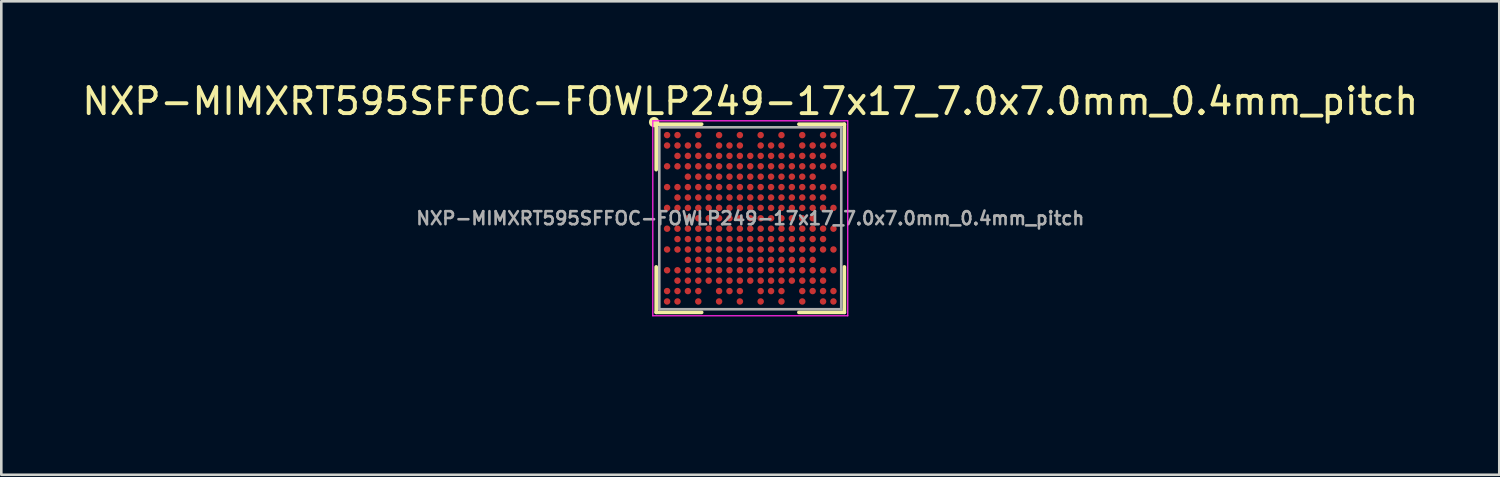
<source format=kicad_pcb>
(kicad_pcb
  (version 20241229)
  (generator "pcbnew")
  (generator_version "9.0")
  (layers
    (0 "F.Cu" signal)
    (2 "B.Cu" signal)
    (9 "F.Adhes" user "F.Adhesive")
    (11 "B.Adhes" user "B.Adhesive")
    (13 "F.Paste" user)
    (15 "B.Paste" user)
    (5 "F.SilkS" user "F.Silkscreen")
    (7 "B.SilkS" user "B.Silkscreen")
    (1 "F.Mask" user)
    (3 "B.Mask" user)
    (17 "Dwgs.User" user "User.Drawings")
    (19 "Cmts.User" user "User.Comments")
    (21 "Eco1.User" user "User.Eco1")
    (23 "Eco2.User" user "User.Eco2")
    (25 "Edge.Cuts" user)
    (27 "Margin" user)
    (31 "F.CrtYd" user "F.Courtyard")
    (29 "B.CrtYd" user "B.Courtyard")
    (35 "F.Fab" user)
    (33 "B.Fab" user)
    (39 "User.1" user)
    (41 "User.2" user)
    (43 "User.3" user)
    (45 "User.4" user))
  (footprint "NXP-MIMXRT595SFFOC-FOWLP249-17x17_7.0x7.0mm_0.4mm_pitch"
    (layer "F.Cu")
    (at 25.815 5.348)
    (property "Reference" "NXP-MIMXRT595SFFOC-FOWLP249-17x17_7.0x7.0mm_0.4mm_pitch" (at 0 -4.5 0) (layer "F.SilkS") (effects (font (size 1 1) (thickness 0.15))))
    (attr smd)
    (fp_line (start -3.62 -3.62) (end -3.62 -1.87) (stroke (width 0.14) (type default)) (layer "F.SilkS"))
    (fp_line (start -3.62 3.62) (end -3.62 1.87) (stroke (width 0.14) (type default)) (layer "F.SilkS"))
    (fp_line (start -1.87 -3.62) (end -3.62 -3.62) (stroke (width 0.14) (type default)) (layer "F.SilkS"))
    (fp_line (start -1.87 3.62) (end -3.62 3.62) (stroke (width 0.14) (type default)) (layer "F.SilkS"))
    (fp_line (start 1.87 -3.62) (end 3.62 -3.62) (stroke (width 0.14) (type default)) (layer "F.SilkS"))
    (fp_line (start 1.87 3.62) (end 3.62 3.62) (stroke (width 0.14) (type default)) (layer "F.SilkS"))
    (fp_line (start 3.62 -3.62) (end 3.62 -1.87) (stroke (width 0.14) (type default)) (layer "F.SilkS"))
    (fp_line (start 3.62 3.62) (end 3.62 1.87) (stroke (width 0.14) (type default)) (layer "F.SilkS"))
    (fp_circle (center -3.7 -3.7) (end -3.6 -3.7) (stroke (width 0.2) (type default)) (fill no) (layer "F.SilkS"))
    (fp_line (start -3.75 -3.75) (end 3.75 -3.75) (stroke (width 0.05) (type default)) (layer "F.CrtYd"))
    (fp_line (start -3.75 3.75) (end -3.75 -3.75) (stroke (width 0.05) (type default)) (layer "F.CrtYd"))
    (fp_line (start 3.75 -3.75) (end 3.75 3.75) (stroke (width 0.05) (type default)) (layer "F.CrtYd"))
    (fp_line (start 3.75 3.75) (end -3.75 3.75) (stroke (width 0.05) (type default)) (layer "F.CrtYd"))
    (fp_line (start -3.5 -3.5) (end -3.5 3.5) (stroke (width 0.1) (type default)) (layer "F.Fab"))
    (fp_line (start -3.5 3.5) (end 3.5 3.5) (stroke (width 0.1) (type default)) (layer "F.Fab"))
    (fp_line (start 3.5 -3.5) (end -3.5 -3.5) (stroke (width 0.1) (type default)) (layer "F.Fab"))
    (fp_line (start 3.5 3.5) (end 3.5 -3.5) (stroke (width 0.1) (type default)) (layer "F.Fab"))
    (fp_text user "Stencil Tickness: 0.1mm" (at -8.23 6.62 0) (unlocked yes) (layer "Eco1.User") (effects (font (size 1 1) (thickness 0.15)) (justify left bottom)))
    (fp_text user "${REFERENCE}" (at 0 0 0) (layer "F.Fab") (effects (font (size 0.5 0.5) (thickness 0.1))))
    (pad "A1" smd circle (at -3.2 -3.2) (size 0.25 0.25) (layers "F.Cu" "F.Mask" "F.Paste"))
    (pad "A2" smd circle (at -2.8 -3.2) (size 0.25 0.25) (layers "F.Cu" "F.Mask" "F.Paste"))
    (pad "A4" smd circle (at -2 -3.2) (size 0.25 0.25) (layers "F.Cu" "F.Mask" "F.Paste"))
    (pad "A6" smd circle (at -1.2 -3.2) (size 0.25 0.25) (layers "F.Cu" "F.Mask" "F.Paste"))
    (pad "A8" smd circle (at -0.4 -3.2) (size 0.25 0.25) (layers "F.Cu" "F.Mask" "F.Paste"))
    (pad "A10" smd circle (at 0.4 -3.2) (size 0.25 0.25) (layers "F.Cu" "F.Mask" "F.Paste"))
    (pad "A12" smd circle (at 1.2 -3.2) (size 0.25 0.25) (layers "F.Cu" "F.Mask" "F.Paste"))
    (pad "A14" smd circle (at 2 -3.2) (size 0.25 0.25) (layers "F.Cu" "F.Mask" "F.Paste"))
    (pad "A16" smd circle (at 2.8 -3.2) (size 0.25 0.25) (layers "F.Cu" "F.Mask" "F.Paste"))
    (pad "A17" smd circle (at 3.2 -3.2) (size 0.25 0.25) (layers "F.Cu" "F.Mask" "F.Paste"))
    (pad "B1" smd circle (at -3.2 -2.8) (size 0.25 0.25) (layers "F.Cu" "F.Mask" "F.Paste"))
    (pad "B2" smd circle (at -2.8 -2.8) (size 0.25 0.25) (layers "F.Cu" "F.Mask" "F.Paste"))
    (pad "B3" smd circle (at -2.4 -2.8) (size 0.25 0.25) (layers "F.Cu" "F.Mask" "F.Paste"))
    (pad "B4" smd circle (at -2 -2.8) (size 0.25 0.25) (layers "F.Cu" "F.Mask" "F.Paste"))
    (pad "B6" smd circle (at -1.2 -2.8) (size 0.25 0.25) (layers "F.Cu" "F.Mask" "F.Paste"))
    (pad "B7" smd circle (at -0.8 -2.8) (size 0.25 0.25) (layers "F.Cu" "F.Mask" "F.Paste"))
    (pad "B8" smd circle (at -0.4 -2.8) (size 0.25 0.25) (layers "F.Cu" "F.Mask" "F.Paste"))
    (pad "B10" smd circle (at 0.4 -2.8) (size 0.25 0.25) (layers "F.Cu" "F.Mask" "F.Paste"))
    (pad "B11" smd circle (at 0.8 -2.8) (size 0.25 0.25) (layers "F.Cu" "F.Mask" "F.Paste"))
    (pad "B12" smd circle (at 1.2 -2.8) (size 0.25 0.25) (layers "F.Cu" "F.Mask" "F.Paste"))
    (pad "B14" smd circle (at 2 -2.8) (size 0.25 0.25) (layers "F.Cu" "F.Mask" "F.Paste"))
    (pad "B15" smd circle (at 2.4 -2.8) (size 0.25 0.25) (layers "F.Cu" "F.Mask" "F.Paste"))
    (pad "B16" smd circle (at 2.8 -2.8) (size 0.25 0.25) (layers "F.Cu" "F.Mask" "F.Paste"))
    (pad "B17" smd circle (at 3.2 -2.8) (size 0.25 0.25) (layers "F.Cu" "F.Mask" "F.Paste"))
    (pad "C2" smd circle (at -2.8 -2.4) (size 0.25 0.25) (layers "F.Cu" "F.Mask" "F.Paste"))
    (pad "C3" smd circle (at -2.4 -2.4) (size 0.25 0.25) (layers "F.Cu" "F.Mask" "F.Paste"))
    (pad "C4" smd circle (at -2 -2.4) (size 0.25 0.25) (layers "F.Cu" "F.Mask" "F.Paste"))
    (pad "C5" smd circle (at -1.6 -2.4) (size 0.25 0.25) (layers "F.Cu" "F.Mask" "F.Paste"))
    (pad "C6" smd circle (at -1.2 -2.4) (size 0.25 0.25) (layers "F.Cu" "F.Mask" "F.Paste"))
    (pad "C7" smd circle (at -0.8 -2.4) (size 0.25 0.25) (layers "F.Cu" "F.Mask" "F.Paste"))
    (pad "C8" smd circle (at -0.4 -2.4) (size 0.25 0.25) (layers "F.Cu" "F.Mask" "F.Paste"))
    (pad "C9" smd circle (at 0 -2.4) (size 0.25 0.25) (layers "F.Cu" "F.Mask" "F.Paste"))
    (pad "C10" smd circle (at 0.4 -2.4) (size 0.25 0.25) (layers "F.Cu" "F.Mask" "F.Paste"))
    (pad "C11" smd circle (at 0.8 -2.4) (size 0.25 0.25) (layers "F.Cu" "F.Mask" "F.Paste"))
    (pad "C12" smd circle (at 1.2 -2.4) (size 0.25 0.25) (layers "F.Cu" "F.Mask" "F.Paste"))
    (pad "C13" smd circle (at 1.6 -2.4) (size 0.25 0.25) (layers "F.Cu" "F.Mask" "F.Paste"))
    (pad "C14" smd circle (at 2 -2.4) (size 0.25 0.25) (layers "F.Cu" "F.Mask" "F.Paste"))
    (pad "C15" smd circle (at 2.4 -2.4) (size 0.25 0.25) (layers "F.Cu" "F.Mask" "F.Paste"))
    (pad "C16" smd circle (at 2.8 -2.4) (size 0.25 0.25) (layers "F.Cu" "F.Mask" "F.Paste"))
    (pad "D1" smd circle (at -3.2 -2) (size 0.25 0.25) (layers "F.Cu" "F.Mask" "F.Paste"))
    (pad "D2" smd circle (at -2.8 -2) (size 0.25 0.25) (layers "F.Cu" "F.Mask" "F.Paste"))
    (pad "D3" smd circle (at -2.4 -2) (size 0.25 0.25) (layers "F.Cu" "F.Mask" "F.Paste"))
    (pad "D4" smd circle (at -2 -2) (size 0.25 0.25) (layers "F.Cu" "F.Mask" "F.Paste"))
    (pad "D5" smd circle (at -1.6 -2) (size 0.25 0.25) (layers "F.Cu" "F.Mask" "F.Paste"))
    (pad "D6" smd circle (at -1.2 -2) (size 0.25 0.25) (layers "F.Cu" "F.Mask" "F.Paste"))
    (pad "D7" smd circle (at -0.8 -2) (size 0.25 0.25) (layers "F.Cu" "F.Mask" "F.Paste"))
    (pad "D8" smd circle (at -0.4 -2) (size 0.25 0.25) (layers "F.Cu" "F.Mask" "F.Paste"))
    (pad "D9" smd circle (at 0 -2) (size 0.25 0.25) (layers "F.Cu" "F.Mask" "F.Paste"))
    (pad "D10" smd circle (at 0.4 -2) (size 0.25 0.25) (layers "F.Cu" "F.Mask" "F.Paste"))
    (pad "D11" smd circle (at 0.8 -2) (size 0.25 0.25) (layers "F.Cu" "F.Mask" "F.Paste"))
    (pad "D12" smd circle (at 1.2 -2) (size 0.25 0.25) (layers "F.Cu" "F.Mask" "F.Paste"))
    (pad "D13" smd circle (at 1.6 -2) (size 0.25 0.25) (layers "F.Cu" "F.Mask" "F.Paste"))
    (pad "D14" smd circle (at 2 -2) (size 0.25 0.25) (layers "F.Cu" "F.Mask" "F.Paste"))
    (pad "D15" smd circle (at 2.4 -2) (size 0.25 0.25) (layers "F.Cu" "F.Mask" "F.Paste"))
    (pad "D16" smd circle (at 2.8 -2) (size 0.25 0.25) (layers "F.Cu" "F.Mask" "F.Paste"))
    (pad "D17" smd circle (at 3.2 -2) (size 0.25 0.25) (layers "F.Cu" "F.Mask" "F.Paste"))
    (pad "E3" smd circle (at -2.4 -1.6) (size 0.25 0.25) (layers "F.Cu" "F.Mask" "F.Paste"))
    (pad "E4" smd circle (at -2 -1.6) (size 0.25 0.25) (layers "F.Cu" "F.Mask" "F.Paste"))
    (pad "E5" smd circle (at -1.6 -1.6) (size 0.25 0.25) (layers "F.Cu" "F.Mask" "F.Paste"))
    (pad "E6" smd circle (at -1.2 -1.6) (size 0.25 0.25) (layers "F.Cu" "F.Mask" "F.Paste"))
    (pad "E7" smd circle (at -0.8 -1.6) (size 0.25 0.25) (layers "F.Cu" "F.Mask" "F.Paste"))
    (pad "E8" smd circle (at -0.4 -1.6) (size 0.25 0.25) (layers "F.Cu" "F.Mask" "F.Paste"))
    (pad "E9" smd circle (at 0 -1.6) (size 0.25 0.25) (layers "F.Cu" "F.Mask" "F.Paste"))
    (pad "E10" smd circle (at 0.4 -1.6) (size 0.25 0.25) (layers "F.Cu" "F.Mask" "F.Paste"))
    (pad "E11" smd circle (at 0.8 -1.6) (size 0.25 0.25) (layers "F.Cu" "F.Mask" "F.Paste"))
    (pad "E12" smd circle (at 1.2 -1.6) (size 0.25 0.25) (layers "F.Cu" "F.Mask" "F.Paste"))
    (pad "E13" smd circle (at 1.6 -1.6) (size 0.25 0.25) (layers "F.Cu" "F.Mask" "F.Paste"))
    (pad "E14" smd circle (at 2 -1.6) (size 0.25 0.25) (layers "F.Cu" "F.Mask" "F.Paste"))
    (pad "E15" smd circle (at 2.4 -1.6) (size 0.25 0.25) (layers "F.Cu" "F.Mask" "F.Paste"))
    (pad "F1" smd circle (at -3.2 -1.2) (size 0.25 0.25) (layers "F.Cu" "F.Mask" "F.Paste"))
    (pad "F2" smd circle (at -2.8 -1.2) (size 0.25 0.25) (layers "F.Cu" "F.Mask" "F.Paste"))
    (pad "F3" smd circle (at -2.4 -1.2) (size 0.25 0.25) (layers "F.Cu" "F.Mask" "F.Paste"))
    (pad "F4" smd circle (at -2 -1.2) (size 0.25 0.25) (layers "F.Cu" "F.Mask" "F.Paste"))
    (pad "F5" smd circle (at -1.6 -1.2) (size 0.25 0.25) (layers "F.Cu" "F.Mask" "F.Paste"))
    (pad "F6" smd circle (at -1.2 -1.2) (size 0.25 0.25) (layers "F.Cu" "F.Mask" "F.Paste"))
    (pad "F7" smd circle (at -0.8 -1.2) (size 0.25 0.25) (layers "F.Cu" "F.Mask" "F.Paste"))
    (pad "F8" smd circle (at -0.4 -1.2) (size 0.25 0.25) (layers "F.Cu" "F.Mask" "F.Paste"))
    (pad "F9" smd circle (at 0 -1.2) (size 0.25 0.25) (layers "F.Cu" "F.Mask" "F.Paste"))
    (pad "F10" smd circle (at 0.4 -1.2) (size 0.25 0.25) (layers "F.Cu" "F.Mask" "F.Paste"))
    (pad "F11" smd circle (at 0.8 -1.2) (size 0.25 0.25) (layers "F.Cu" "F.Mask" "F.Paste"))
    (pad "F12" smd circle (at 1.2 -1.2) (size 0.25 0.25) (layers "F.Cu" "F.Mask" "F.Paste"))
    (pad "F13" smd circle (at 1.6 -1.2) (size 0.25 0.25) (layers "F.Cu" "F.Mask" "F.Paste"))
    (pad "F14" smd circle (at 2 -1.2) (size 0.25 0.25) (layers "F.Cu" "F.Mask" "F.Paste"))
    (pad "F15" smd circle (at 2.4 -1.2) (size 0.25 0.25) (layers "F.Cu" "F.Mask" "F.Paste"))
    (pad "F16" smd circle (at 2.8 -1.2) (size 0.25 0.25) (layers "F.Cu" "F.Mask" "F.Paste"))
    (pad "F17" smd circle (at 3.2 -1.2) (size 0.25 0.25) (layers "F.Cu" "F.Mask" "F.Paste"))
    (pad "G2" smd circle (at -2.8 -0.8) (size 0.25 0.25) (layers "F.Cu" "F.Mask" "F.Paste"))
    (pad "G3" smd circle (at -2.4 -0.8) (size 0.25 0.25) (layers "F.Cu" "F.Mask" "F.Paste"))
    (pad "G4" smd circle (at -2 -0.8) (size 0.25 0.25) (layers "F.Cu" "F.Mask" "F.Paste"))
    (pad "G5" smd circle (at -1.6 -0.8) (size 0.25 0.25) (layers "F.Cu" "F.Mask" "F.Paste"))
    (pad "G6" smd circle (at -1.2 -0.8) (size 0.25 0.25) (layers "F.Cu" "F.Mask" "F.Paste"))
    (pad "G7" smd circle (at -0.8 -0.8) (size 0.25 0.25) (layers "F.Cu" "F.Mask" "F.Paste"))
    (pad "G8" smd circle (at -0.4 -0.8) (size 0.25 0.25) (layers "F.Cu" "F.Mask" "F.Paste"))
    (pad "G9" smd circle (at 0 -0.8) (size 0.25 0.25) (layers "F.Cu" "F.Mask" "F.Paste"))
    (pad "G10" smd circle (at 0.4 -0.8) (size 0.25 0.25) (layers "F.Cu" "F.Mask" "F.Paste"))
    (pad "G11" smd circle (at 0.8 -0.8) (size 0.25 0.25) (layers "F.Cu" "F.Mask" "F.Paste"))
    (pad "G12" smd circle (at 1.2 -0.8) (size 0.25 0.25) (layers "F.Cu" "F.Mask" "F.Paste"))
    (pad "G13" smd circle (at 1.6 -0.8) (size 0.25 0.25) (layers "F.Cu" "F.Mask" "F.Paste"))
    (pad "G14" smd circle (at 2 -0.8) (size 0.25 0.25) (layers "F.Cu" "F.Mask" "F.Paste"))
    (pad "G15" smd circle (at 2.4 -0.8) (size 0.25 0.25) (layers "F.Cu" "F.Mask" "F.Paste"))
    (pad "G16" smd circle (at 2.8 -0.8) (size 0.25 0.25) (layers "F.Cu" "F.Mask" "F.Paste"))
    (pad "H1" smd circle (at -3.2 -0.4) (size 0.25 0.25) (layers "F.Cu" "F.Mask" "F.Paste"))
    (pad "H2" smd circle (at -2.8 -0.4) (size 0.25 0.25) (layers "F.Cu" "F.Mask" "F.Paste"))
    (pad "H3" smd circle (at -2.4 -0.4) (size 0.25 0.25) (layers "F.Cu" "F.Mask" "F.Paste"))
    (pad "H4" smd circle (at -2 -0.4) (size 0.25 0.25) (layers "F.Cu" "F.Mask" "F.Paste"))
    (pad "H5" smd circle (at -1.6 -0.4) (size 0.25 0.25) (layers "F.Cu" "F.Mask" "F.Paste"))
    (pad "H6" smd circle (at -1.2 -0.4) (size 0.25 0.25) (layers "F.Cu" "F.Mask" "F.Paste"))
    (pad "H7" smd circle (at -0.8 -0.4) (size 0.25 0.25) (layers "F.Cu" "F.Mask" "F.Paste"))
    (pad "H8" smd circle (at -0.4 -0.4) (size 0.25 0.25) (layers "F.Cu" "F.Mask" "F.Paste"))
    (pad "H9" smd circle (at 0 -0.4) (size 0.25 0.25) (layers "F.Cu" "F.Mask" "F.Paste"))
    (pad "H10" smd circle (at 0.4 -0.4) (size 0.25 0.25) (layers "F.Cu" "F.Mask" "F.Paste"))
    (pad "H11" smd circle (at 0.8 -0.4) (size 0.25 0.25) (layers "F.Cu" "F.Mask" "F.Paste"))
    (pad "H12" smd circle (at 1.2 -0.4) (size 0.25 0.25) (layers "F.Cu" "F.Mask" "F.Paste"))
    (pad "H13" smd circle (at 1.6 -0.4) (size 0.25 0.25) (layers "F.Cu" "F.Mask" "F.Paste"))
    (pad "H14" smd circle (at 2 -0.4) (size 0.25 0.25) (layers "F.Cu" "F.Mask" "F.Paste"))
    (pad "H15" smd circle (at 2.4 -0.4) (size 0.25 0.25) (layers "F.Cu" "F.Mask" "F.Paste"))
    (pad "H16" smd circle (at 2.8 -0.4) (size 0.25 0.25) (layers "F.Cu" "F.Mask" "F.Paste"))
    (pad "H17" smd circle (at 3.2 -0.4) (size 0.25 0.25) (layers "F.Cu" "F.Mask" "F.Paste"))
    (pad "J3" smd circle (at -2.4 0) (size 0.25 0.25) (layers "F.Cu" "F.Mask" "F.Paste"))
    (pad "J4" smd circle (at -2 0) (size 0.25 0.25) (layers "F.Cu" "F.Mask" "F.Paste"))
    (pad "J5" smd circle (at -1.6 0) (size 0.25 0.25) (layers "F.Cu" "F.Mask" "F.Paste"))
    (pad "J6" smd circle (at -1.2 0) (size 0.25 0.25) (layers "F.Cu" "F.Mask" "F.Paste"))
    (pad "J7" smd circle (at -0.8 0) (size 0.25 0.25) (layers "F.Cu" "F.Mask" "F.Paste"))
    (pad "J8" smd circle (at -0.4 0) (size 0.25 0.25) (layers "F.Cu" "F.Mask" "F.Paste"))
    (pad "J9" smd circle (at 0 0) (size 0.25 0.25) (layers "F.Cu" "F.Mask" "F.Paste"))
    (pad "J10" smd circle (at 0.4 0) (size 0.25 0.25) (layers "F.Cu" "F.Mask" "F.Paste"))
    (pad "J11" smd circle (at 0.8 0) (size 0.25 0.25) (layers "F.Cu" "F.Mask" "F.Paste"))
    (pad "J12" smd circle (at 1.2 0) (size 0.25 0.25) (layers "F.Cu" "F.Mask" "F.Paste"))
    (pad "J13" smd circle (at 1.6 0) (size 0.25 0.25) (layers "F.Cu" "F.Mask" "F.Paste"))
    (pad "J14" smd circle (at 2 0) (size 0.25 0.25) (layers "F.Cu" "F.Mask" "F.Paste"))
    (pad "J15" smd circle (at 2.4 0) (size 0.25 0.25) (layers "F.Cu" "F.Mask" "F.Paste"))
    (pad "K1" smd circle (at -3.2 0.4) (size 0.25 0.25) (layers "F.Cu" "F.Mask" "F.Paste"))
    (pad "K2" smd circle (at -2.8 0.4) (size 0.25 0.25) (layers "F.Cu" "F.Mask" "F.Paste"))
    (pad "K3" smd circle (at -2.4 0.4) (size 0.25 0.25) (layers "F.Cu" "F.Mask" "F.Paste"))
    (pad "K4" smd circle (at -2 0.4) (size 0.25 0.25) (layers "F.Cu" "F.Mask" "F.Paste"))
    (pad "K5" smd circle (at -1.6 0.4) (size 0.25 0.25) (layers "F.Cu" "F.Mask" "F.Paste"))
    (pad "K6" smd circle (at -1.2 0.4) (size 0.25 0.25) (layers "F.Cu" "F.Mask" "F.Paste"))
    (pad "K7" smd circle (at -0.8 0.4) (size 0.25 0.25) (layers "F.Cu" "F.Mask" "F.Paste"))
    (pad "K8" smd circle (at -0.4 0.4) (size 0.25 0.25) (layers "F.Cu" "F.Mask" "F.Paste"))
    (pad "K9" smd circle (at 0 0.4) (size 0.25 0.25) (layers "F.Cu" "F.Mask" "F.Paste"))
    (pad "K10" smd circle (at 0.4 0.4) (size 0.25 0.25) (layers "F.Cu" "F.Mask" "F.Paste"))
    (pad "K11" smd circle (at 0.8 0.4) (size 0.25 0.25) (layers "F.Cu" "F.Mask" "F.Paste"))
    (pad "K12" smd circle (at 1.2 0.4) (size 0.25 0.25) (layers "F.Cu" "F.Mask" "F.Paste"))
    (pad "K13" smd circle (at 1.6 0.4) (size 0.25 0.25) (layers "F.Cu" "F.Mask" "F.Paste"))
    (pad "K14" smd circle (at 2 0.4) (size 0.25 0.25) (layers "F.Cu" "F.Mask" "F.Paste"))
    (pad "K15" smd circle (at 2.4 0.4) (size 0.25 0.25) (layers "F.Cu" "F.Mask" "F.Paste"))
    (pad "K16" smd circle (at 2.8 0.4) (size 0.25 0.25) (layers "F.Cu" "F.Mask" "F.Paste"))
    (pad "K17" smd circle (at 3.2 0.4) (size 0.25 0.25) (layers "F.Cu" "F.Mask" "F.Paste"))
    (pad "L2" smd circle (at -2.8 0.8) (size 0.25 0.25) (layers "F.Cu" "F.Mask" "F.Paste"))
    (pad "L3" smd circle (at -2.4 0.8) (size 0.25 0.25) (layers "F.Cu" "F.Mask" "F.Paste"))
    (pad "L4" smd circle (at -2 0.8) (size 0.25 0.25) (layers "F.Cu" "F.Mask" "F.Paste"))
    (pad "L5" smd circle (at -1.6 0.8) (size 0.25 0.25) (layers "F.Cu" "F.Mask" "F.Paste"))
    (pad "L6" smd circle (at -1.2 0.8) (size 0.25 0.25) (layers "F.Cu" "F.Mask" "F.Paste"))
    (pad "L7" smd circle (at -0.8 0.8) (size 0.25 0.25) (layers "F.Cu" "F.Mask" "F.Paste"))
    (pad "L8" smd circle (at -0.4 0.8) (size 0.25 0.25) (layers "F.Cu" "F.Mask" "F.Paste"))
    (pad "L9" smd circle (at 0 0.8) (size 0.25 0.25) (layers "F.Cu" "F.Mask" "F.Paste"))
    (pad "L10" smd circle (at 0.4 0.8) (size 0.25 0.25) (layers "F.Cu" "F.Mask" "F.Paste"))
    (pad "L11" smd circle (at 0.8 0.8) (size 0.25 0.25) (layers "F.Cu" "F.Mask" "F.Paste"))
    (pad "L12" smd circle (at 1.2 0.8) (size 0.25 0.25) (layers "F.Cu" "F.Mask" "F.Paste"))
    (pad "L13" smd circle (at 1.6 0.8) (size 0.25 0.25) (layers "F.Cu" "F.Mask" "F.Paste"))
    (pad "L14" smd circle (at 2 0.8) (size 0.25 0.25) (layers "F.Cu" "F.Mask" "F.Paste"))
    (pad "L15" smd circle (at 2.4 0.8) (size 0.25 0.25) (layers "F.Cu" "F.Mask" "F.Paste"))
    (pad "L16" smd circle (at 2.8 0.8) (size 0.25 0.25) (layers "F.Cu" "F.Mask" "F.Paste"))
    (pad "M1" smd circle (at -3.2 1.2) (size 0.25 0.25) (layers "F.Cu" "F.Mask" "F.Paste"))
    (pad "M2" smd circle (at -2.8 1.2) (size 0.25 0.25) (layers "F.Cu" "F.Mask" "F.Paste"))
    (pad "M3" smd circle (at -2.4 1.2) (size 0.25 0.25) (layers "F.Cu" "F.Mask" "F.Paste"))
    (pad "M4" smd circle (at -2 1.2) (size 0.25 0.25) (layers "F.Cu" "F.Mask" "F.Paste"))
    (pad "M5" smd circle (at -1.6 1.2) (size 0.25 0.25) (layers "F.Cu" "F.Mask" "F.Paste"))
    (pad "M6" smd circle (at -1.2 1.2) (size 0.25 0.25) (layers "F.Cu" "F.Mask" "F.Paste"))
    (pad "M7" smd circle (at -0.8 1.2) (size 0.25 0.25) (layers "F.Cu" "F.Mask" "F.Paste"))
    (pad "M8" smd circle (at -0.4 1.2) (size 0.25 0.25) (layers "F.Cu" "F.Mask" "F.Paste"))
    (pad "M9" smd circle (at 0 1.2) (size 0.25 0.25) (layers "F.Cu" "F.Mask" "F.Paste"))
    (pad "M10" smd circle (at 0.4 1.2) (size 0.25 0.25) (layers "F.Cu" "F.Mask" "F.Paste"))
    (pad "M11" smd circle (at 0.8 1.2) (size 0.25 0.25) (layers "F.Cu" "F.Mask" "F.Paste"))
    (pad "M12" smd circle (at 1.2 1.2) (size 0.25 0.25) (layers "F.Cu" "F.Mask" "F.Paste"))
    (pad "M13" smd circle (at 1.6 1.2) (size 0.25 0.25) (layers "F.Cu" "F.Mask" "F.Paste"))
    (pad "M14" smd circle (at 2 1.2) (size 0.25 0.25) (layers "F.Cu" "F.Mask" "F.Paste"))
    (pad "M15" smd circle (at 2.4 1.2) (size 0.25 0.25) (layers "F.Cu" "F.Mask" "F.Paste"))
    (pad "M16" smd circle (at 2.8 1.2) (size 0.25 0.25) (layers "F.Cu" "F.Mask" "F.Paste"))
    (pad "M17" smd circle (at 3.2 1.2) (size 0.25 0.25) (layers "F.Cu" "F.Mask" "F.Paste"))
    (pad "N3" smd circle (at -2.4 1.6) (size 0.25 0.25) (layers "F.Cu" "F.Mask" "F.Paste"))
    (pad "N4" smd circle (at -2 1.6) (size 0.25 0.25) (layers "F.Cu" "F.Mask" "F.Paste"))
    (pad "N5" smd circle (at -1.6 1.6) (size 0.25 0.25) (layers "F.Cu" "F.Mask" "F.Paste"))
    (pad "N6" smd circle (at -1.2 1.6) (size 0.25 0.25) (layers "F.Cu" "F.Mask" "F.Paste"))
    (pad "N7" smd circle (at -0.8 1.6) (size 0.25 0.25) (layers "F.Cu" "F.Mask" "F.Paste"))
    (pad "N8" smd circle (at -0.4 1.6) (size 0.25 0.25) (layers "F.Cu" "F.Mask" "F.Paste"))
    (pad "N9" smd circle (at 0 1.6) (size 0.25 0.25) (layers "F.Cu" "F.Mask" "F.Paste"))
    (pad "N10" smd circle (at 0.4 1.6) (size 0.25 0.25) (layers "F.Cu" "F.Mask" "F.Paste"))
    (pad "N11" smd circle (at 0.8 1.6) (size 0.25 0.25) (layers "F.Cu" "F.Mask" "F.Paste"))
    (pad "N12" smd circle (at 1.2 1.6) (size 0.25 0.25) (layers "F.Cu" "F.Mask" "F.Paste"))
    (pad "N13" smd circle (at 1.6 1.6) (size 0.25 0.25) (layers "F.Cu" "F.Mask" "F.Paste"))
    (pad "N14" smd circle (at 2 1.6) (size 0.25 0.25) (layers "F.Cu" "F.Mask" "F.Paste"))
    (pad "N15" smd circle (at 2.4 1.6) (size 0.25 0.25) (layers "F.Cu" "F.Mask" "F.Paste"))
    (pad "P1" smd circle (at -3.2 2) (size 0.25 0.25) (layers "F.Cu" "F.Mask" "F.Paste"))
    (pad "P2" smd circle (at -2.8 2) (size 0.25 0.25) (layers "F.Cu" "F.Mask" "F.Paste"))
    (pad "P3" smd circle (at -2.4 2) (size 0.25 0.25) (layers "F.Cu" "F.Mask" "F.Paste"))
    (pad "P4" smd circle (at -2 2) (size 0.25 0.25) (layers "F.Cu" "F.Mask" "F.Paste"))
    (pad "P5" smd circle (at -1.6 2) (size 0.25 0.25) (layers "F.Cu" "F.Mask" "F.Paste"))
    (pad "P6" smd circle (at -1.2 2) (size 0.25 0.25) (layers "F.Cu" "F.Mask" "F.Paste"))
    (pad "P7" smd circle (at -0.8 2) (size 0.25 0.25) (layers "F.Cu" "F.Mask" "F.Paste"))
    (pad "P8" smd circle (at -0.4 2) (size 0.25 0.25) (layers "F.Cu" "F.Mask" "F.Paste"))
    (pad "P9" smd circle (at 0 2) (size 0.25 0.25) (layers "F.Cu" "F.Mask" "F.Paste"))
    (pad "P10" smd circle (at 0.4 2) (size 0.25 0.25) (layers "F.Cu" "F.Mask" "F.Paste"))
    (pad "P11" smd circle (at 0.8 2) (size 0.25 0.25) (layers "F.Cu" "F.Mask" "F.Paste"))
    (pad "P12" smd circle (at 1.2 2) (size 0.25 0.25) (layers "F.Cu" "F.Mask" "F.Paste"))
    (pad "P13" smd circle (at 1.6 2) (size 0.25 0.25) (layers "F.Cu" "F.Mask" "F.Paste"))
    (pad "P14" smd circle (at 2 2) (size 0.25 0.25) (layers "F.Cu" "F.Mask" "F.Paste"))
    (pad "P15" smd circle (at 2.4 2) (size 0.25 0.25) (layers "F.Cu" "F.Mask" "F.Paste"))
    (pad "P16" smd circle (at 2.8 2) (size 0.25 0.25) (layers "F.Cu" "F.Mask" "F.Paste"))
    (pad "P17" smd circle (at 3.2 2) (size 0.25 0.25) (layers "F.Cu" "F.Mask" "F.Paste"))
    (pad "R2" smd circle (at -2.8 2.4) (size 0.25 0.25) (layers "F.Cu" "F.Mask" "F.Paste"))
    (pad "R3" smd circle (at -2.4 2.4) (size 0.25 0.25) (layers "F.Cu" "F.Mask" "F.Paste"))
    (pad "R4" smd circle (at -2 2.4) (size 0.25 0.25) (layers "F.Cu" "F.Mask" "F.Paste"))
    (pad "R5" smd circle (at -1.6 2.4) (size 0.25 0.25) (layers "F.Cu" "F.Mask" "F.Paste"))
    (pad "R6" smd circle (at -1.2 2.4) (size 0.25 0.25) (layers "F.Cu" "F.Mask" "F.Paste"))
    (pad "R7" smd circle (at -0.8 2.4) (size 0.25 0.25) (layers "F.Cu" "F.Mask" "F.Paste"))
    (pad "R8" smd circle (at -0.4 2.4) (size 0.25 0.25) (layers "F.Cu" "F.Mask" "F.Paste"))
    (pad "R9" smd circle (at 0 2.4) (size 0.25 0.25) (layers "F.Cu" "F.Mask" "F.Paste"))
    (pad "R10" smd circle (at 0.4 2.4) (size 0.25 0.25) (layers "F.Cu" "F.Mask" "F.Paste"))
    (pad "R11" smd circle (at 0.8 2.4) (size 0.25 0.25) (layers "F.Cu" "F.Mask" "F.Paste"))
    (pad "R12" smd circle (at 1.2 2.4) (size 0.25 0.25) (layers "F.Cu" "F.Mask" "F.Paste"))
    (pad "R13" smd circle (at 1.6 2.4) (size 0.25 0.25) (layers "F.Cu" "F.Mask" "F.Paste"))
    (pad "R14" smd circle (at 2 2.4) (size 0.25 0.25) (layers "F.Cu" "F.Mask" "F.Paste"))
    (pad "R15" smd circle (at 2.4 2.4) (size 0.25 0.25) (layers "F.Cu" "F.Mask" "F.Paste"))
    (pad "R16" smd circle (at 2.8 2.4) (size 0.25 0.25) (layers "F.Cu" "F.Mask" "F.Paste"))
    (pad "T1" smd circle (at -3.2 2.8) (size 0.25 0.25) (layers "F.Cu" "F.Mask" "F.Paste"))
    (pad "T2" smd circle (at -2.8 2.8) (size 0.25 0.25) (layers "F.Cu" "F.Mask" "F.Paste"))
    (pad "T3" smd circle (at -2.4 2.8) (size 0.25 0.25) (layers "F.Cu" "F.Mask" "F.Paste"))
    (pad "T4" smd circle (at -2 2.8) (size 0.25 0.25) (layers "F.Cu" "F.Mask" "F.Paste"))
    (pad "T6" smd circle (at -1.2 2.8) (size 0.25 0.25) (layers "F.Cu" "F.Mask" "F.Paste"))
    (pad "T7" smd circle (at -0.8 2.8) (size 0.25 0.25) (layers "F.Cu" "F.Mask" "F.Paste"))
    (pad "T8" smd circle (at -0.4 2.8) (size 0.25 0.25) (layers "F.Cu" "F.Mask" "F.Paste"))
    (pad "T10" smd circle (at 0.4 2.8) (size 0.25 0.25) (layers "F.Cu" "F.Mask" "F.Paste"))
    (pad "T11" smd circle (at 0.8 2.8) (size 0.25 0.25) (layers "F.Cu" "F.Mask" "F.Paste"))
    (pad "T12" smd circle (at 1.2 2.8) (size 0.25 0.25) (layers "F.Cu" "F.Mask" "F.Paste"))
    (pad "T14" smd circle (at 2 2.8) (size 0.25 0.25) (layers "F.Cu" "F.Mask" "F.Paste"))
    (pad "T15" smd circle (at 2.4 2.8) (size 0.25 0.25) (layers "F.Cu" "F.Mask" "F.Paste"))
    (pad "T16" smd circle (at 2.8 2.8) (size 0.25 0.25) (layers "F.Cu" "F.Mask" "F.Paste"))
    (pad "T17" smd circle (at 3.2 2.8) (size 0.25 0.25) (layers "F.Cu" "F.Mask" "F.Paste"))
    (pad "U1" smd circle (at -3.2 3.2) (size 0.25 0.25) (layers "F.Cu" "F.Mask" "F.Paste"))
    (pad "U2" smd circle (at -2.8 3.2) (size 0.25 0.25) (layers "F.Cu" "F.Mask" "F.Paste"))
    (pad "U4" smd circle (at -2 3.2) (size 0.25 0.25) (layers "F.Cu" "F.Mask" "F.Paste"))
    (pad "U6" smd circle (at -1.2 3.2) (size 0.25 0.25) (layers "F.Cu" "F.Mask" "F.Paste"))
    (pad "U8" smd circle (at -0.4 3.2) (size 0.25 0.25) (layers "F.Cu" "F.Mask" "F.Paste"))
    (pad "U10" smd circle (at 0.4 3.2) (size 0.25 0.25) (layers "F.Cu" "F.Mask" "F.Paste"))
    (pad "U12" smd circle (at 1.2 3.2) (size 0.25 0.25) (layers "F.Cu" "F.Mask" "F.Paste"))
    (pad "U14" smd circle (at 2 3.2) (size 0.25 0.25) (layers "F.Cu" "F.Mask" "F.Paste"))
    (pad "U16" smd circle (at 2.8 3.2) (size 0.25 0.25) (layers "F.Cu" "F.Mask" "F.Paste"))
    (pad "U17" smd circle (at 3.2 3.2) (size 0.25 0.25) (layers "F.Cu" "F.Mask" "F.Paste")))
  (gr_rect
    (start -3 -3)
    (end 54.631 15.215)
    (stroke (width 0.1) (type default))
    (fill no)
    (layer "Edge.Cuts")))
</source>
